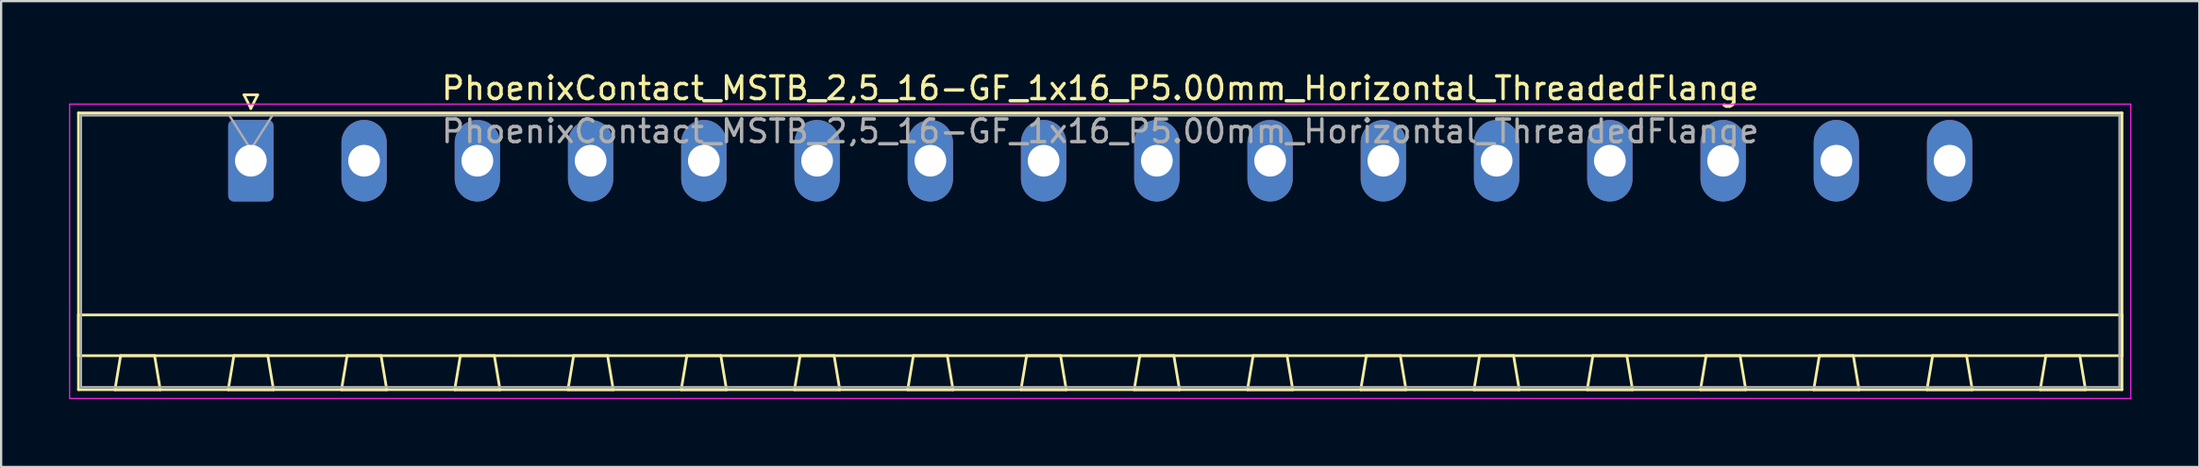
<source format=kicad_pcb>
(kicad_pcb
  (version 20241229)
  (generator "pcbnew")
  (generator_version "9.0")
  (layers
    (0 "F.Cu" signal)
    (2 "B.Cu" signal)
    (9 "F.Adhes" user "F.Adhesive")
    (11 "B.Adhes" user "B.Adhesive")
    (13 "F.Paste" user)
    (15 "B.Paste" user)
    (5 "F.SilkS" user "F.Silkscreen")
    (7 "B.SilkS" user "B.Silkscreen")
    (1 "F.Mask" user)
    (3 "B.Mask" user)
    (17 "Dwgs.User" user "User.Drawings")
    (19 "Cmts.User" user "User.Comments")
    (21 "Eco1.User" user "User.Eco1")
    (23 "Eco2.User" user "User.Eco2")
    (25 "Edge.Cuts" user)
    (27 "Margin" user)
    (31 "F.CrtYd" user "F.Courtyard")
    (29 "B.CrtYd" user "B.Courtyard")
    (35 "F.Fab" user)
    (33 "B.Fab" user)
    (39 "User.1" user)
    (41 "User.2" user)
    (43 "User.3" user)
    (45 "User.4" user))
  (footprint "PhoenixContact_MSTB_2,5_16-GF_1x16_P5.00mm_Horizontal_ThreadedFlange"
    (layer "F.Cu")
    (at 8.025 4.048)
    (property "Reference" "PhoenixContact_MSTB_2,5_16-GF_1x16_P5.00mm_Horizontal_ThreadedFlange" (at 37.5 -3.2 0) (layer "F.SilkS") (effects (font (size 1 1) (thickness 0.15))))
    (attr through_hole)
    (fp_line (start -7.61 -2.11) (end -7.61 10.11) (stroke (width 0.12) (type solid)) (layer "F.SilkS"))
    (fp_line (start -7.61 6.81) (end 82.61 6.81) (stroke (width 0.12) (type solid)) (layer "F.SilkS"))
    (fp_line (start -7.61 8.61) (end -7.61 6.81) (stroke (width 0.12) (type solid)) (layer "F.SilkS"))
    (fp_line (start -7.61 10.11) (end 82.61 10.11) (stroke (width 0.12) (type solid)) (layer "F.SilkS"))
    (fp_line (start -6 10.11) (end -4 10.11) (stroke (width 0.12) (type solid)) (layer "F.SilkS"))
    (fp_line (start -5.75 8.61) (end -6 10.11) (stroke (width 0.12) (type solid)) (layer "F.SilkS"))
    (fp_line (start -4.25 8.61) (end -5.75 8.61) (stroke (width 0.12) (type solid)) (layer "F.SilkS"))
    (fp_line (start -4 10.11) (end -4.25 8.61) (stroke (width 0.12) (type solid)) (layer "F.SilkS"))
    (fp_line (start -1 10.11) (end 1 10.11) (stroke (width 0.12) (type solid)) (layer "F.SilkS"))
    (fp_line (start -0.75 8.61) (end -1 10.11) (stroke (width 0.12) (type solid)) (layer "F.SilkS"))
    (fp_line (start -0.3 -2.91) (end 0.3 -2.91) (stroke (width 0.12) (type solid)) (layer "F.SilkS"))
    (fp_line (start 0 -2.31) (end -0.3 -2.91) (stroke (width 0.12) (type solid)) (layer "F.SilkS"))
    (fp_line (start 0.3 -2.91) (end 0 -2.31) (stroke (width 0.12) (type solid)) (layer "F.SilkS"))
    (fp_line (start 0.75 8.61) (end -0.75 8.61) (stroke (width 0.12) (type solid)) (layer "F.SilkS"))
    (fp_line (start 1 10.11) (end 0.75 8.61) (stroke (width 0.12) (type solid)) (layer "F.SilkS"))
    (fp_line (start 4 10.11) (end 6 10.11) (stroke (width 0.12) (type solid)) (layer "F.SilkS"))
    (fp_line (start 4.25 8.61) (end 4 10.11) (stroke (width 0.12) (type solid)) (layer "F.SilkS"))
    (fp_line (start 5.75 8.61) (end 4.25 8.61) (stroke (width 0.12) (type solid)) (layer "F.SilkS"))
    (fp_line (start 6 10.11) (end 5.75 8.61) (stroke (width 0.12) (type solid)) (layer "F.SilkS"))
    (fp_line (start 9 10.11) (end 11 10.11) (stroke (width 0.12) (type solid)) (layer "F.SilkS"))
    (fp_line (start 9.25 8.61) (end 9 10.11) (stroke (width 0.12) (type solid)) (layer "F.SilkS"))
    (fp_line (start 10.75 8.61) (end 9.25 8.61) (stroke (width 0.12) (type solid)) (layer "F.SilkS"))
    (fp_line (start 11 10.11) (end 10.75 8.61) (stroke (width 0.12) (type solid)) (layer "F.SilkS"))
    (fp_line (start 14 10.11) (end 16 10.11) (stroke (width 0.12) (type solid)) (layer "F.SilkS"))
    (fp_line (start 14.25 8.61) (end 14 10.11) (stroke (width 0.12) (type solid)) (layer "F.SilkS"))
    (fp_line (start 15.75 8.61) (end 14.25 8.61) (stroke (width 0.12) (type solid)) (layer "F.SilkS"))
    (fp_line (start 16 10.11) (end 15.75 8.61) (stroke (width 0.12) (type solid)) (layer "F.SilkS"))
    (fp_line (start 19 10.11) (end 21 10.11) (stroke (width 0.12) (type solid)) (layer "F.SilkS"))
    (fp_line (start 19.25 8.61) (end 19 10.11) (stroke (width 0.12) (type solid)) (layer "F.SilkS"))
    (fp_line (start 20.75 8.61) (end 19.25 8.61) (stroke (width 0.12) (type solid)) (layer "F.SilkS"))
    (fp_line (start 21 10.11) (end 20.75 8.61) (stroke (width 0.12) (type solid)) (layer "F.SilkS"))
    (fp_line (start 24 10.11) (end 26 10.11) (stroke (width 0.12) (type solid)) (layer "F.SilkS"))
    (fp_line (start 24.25 8.61) (end 24 10.11) (stroke (width 0.12) (type solid)) (layer "F.SilkS"))
    (fp_line (start 25.75 8.61) (end 24.25 8.61) (stroke (width 0.12) (type solid)) (layer "F.SilkS"))
    (fp_line (start 26 10.11) (end 25.75 8.61) (stroke (width 0.12) (type solid)) (layer "F.SilkS"))
    (fp_line (start 29 10.11) (end 31 10.11) (stroke (width 0.12) (type solid)) (layer "F.SilkS"))
    (fp_line (start 29.25 8.61) (end 29 10.11) (stroke (width 0.12) (type solid)) (layer "F.SilkS"))
    (fp_line (start 30.75 8.61) (end 29.25 8.61) (stroke (width 0.12) (type solid)) (layer "F.SilkS"))
    (fp_line (start 31 10.11) (end 30.75 8.61) (stroke (width 0.12) (type solid)) (layer "F.SilkS"))
    (fp_line (start 34 10.11) (end 36 10.11) (stroke (width 0.12) (type solid)) (layer "F.SilkS"))
    (fp_line (start 34.25 8.61) (end 34 10.11) (stroke (width 0.12) (type solid)) (layer "F.SilkS"))
    (fp_line (start 35.75 8.61) (end 34.25 8.61) (stroke (width 0.12) (type solid)) (layer "F.SilkS"))
    (fp_line (start 36 10.11) (end 35.75 8.61) (stroke (width 0.12) (type solid)) (layer "F.SilkS"))
    (fp_line (start 39 10.11) (end 41 10.11) (stroke (width 0.12) (type solid)) (layer "F.SilkS"))
    (fp_line (start 39.25 8.61) (end 39 10.11) (stroke (width 0.12) (type solid)) (layer "F.SilkS"))
    (fp_line (start 40.75 8.61) (end 39.25 8.61) (stroke (width 0.12) (type solid)) (layer "F.SilkS"))
    (fp_line (start 41 10.11) (end 40.75 8.61) (stroke (width 0.12) (type solid)) (layer "F.SilkS"))
    (fp_line (start 44 10.11) (end 46 10.11) (stroke (width 0.12) (type solid)) (layer "F.SilkS"))
    (fp_line (start 44.25 8.61) (end 44 10.11) (stroke (width 0.12) (type solid)) (layer "F.SilkS"))
    (fp_line (start 45.75 8.61) (end 44.25 8.61) (stroke (width 0.12) (type solid)) (layer "F.SilkS"))
    (fp_line (start 46 10.11) (end 45.75 8.61) (stroke (width 0.12) (type solid)) (layer "F.SilkS"))
    (fp_line (start 49 10.11) (end 51 10.11) (stroke (width 0.12) (type solid)) (layer "F.SilkS"))
    (fp_line (start 49.25 8.61) (end 49 10.11) (stroke (width 0.12) (type solid)) (layer "F.SilkS"))
    (fp_line (start 50.75 8.61) (end 49.25 8.61) (stroke (width 0.12) (type solid)) (layer "F.SilkS"))
    (fp_line (start 51 10.11) (end 50.75 8.61) (stroke (width 0.12) (type solid)) (layer "F.SilkS"))
    (fp_line (start 54 10.11) (end 56 10.11) (stroke (width 0.12) (type solid)) (layer "F.SilkS"))
    (fp_line (start 54.25 8.61) (end 54 10.11) (stroke (width 0.12) (type solid)) (layer "F.SilkS"))
    (fp_line (start 55.75 8.61) (end 54.25 8.61) (stroke (width 0.12) (type solid)) (layer "F.SilkS"))
    (fp_line (start 56 10.11) (end 55.75 8.61) (stroke (width 0.12) (type solid)) (layer "F.SilkS"))
    (fp_line (start 59 10.11) (end 61 10.11) (stroke (width 0.12) (type solid)) (layer "F.SilkS"))
    (fp_line (start 59.25 8.61) (end 59 10.11) (stroke (width 0.12) (type solid)) (layer "F.SilkS"))
    (fp_line (start 60.75 8.61) (end 59.25 8.61) (stroke (width 0.12) (type solid)) (layer "F.SilkS"))
    (fp_line (start 61 10.11) (end 60.75 8.61) (stroke (width 0.12) (type solid)) (layer "F.SilkS"))
    (fp_line (start 64 10.11) (end 66 10.11) (stroke (width 0.12) (type solid)) (layer "F.SilkS"))
    (fp_line (start 64.25 8.61) (end 64 10.11) (stroke (width 0.12) (type solid)) (layer "F.SilkS"))
    (fp_line (start 65.75 8.61) (end 64.25 8.61) (stroke (width 0.12) (type solid)) (layer "F.SilkS"))
    (fp_line (start 66 10.11) (end 65.75 8.61) (stroke (width 0.12) (type solid)) (layer "F.SilkS"))
    (fp_line (start 69 10.11) (end 71 10.11) (stroke (width 0.12) (type solid)) (layer "F.SilkS"))
    (fp_line (start 69.25 8.61) (end 69 10.11) (stroke (width 0.12) (type solid)) (layer "F.SilkS"))
    (fp_line (start 70.75 8.61) (end 69.25 8.61) (stroke (width 0.12) (type solid)) (layer "F.SilkS"))
    (fp_line (start 71 10.11) (end 70.75 8.61) (stroke (width 0.12) (type solid)) (layer "F.SilkS"))
    (fp_line (start 74 10.11) (end 76 10.11) (stroke (width 0.12) (type solid)) (layer "F.SilkS"))
    (fp_line (start 74.25 8.61) (end 74 10.11) (stroke (width 0.12) (type solid)) (layer "F.SilkS"))
    (fp_line (start 75.75 8.61) (end 74.25 8.61) (stroke (width 0.12) (type solid)) (layer "F.SilkS"))
    (fp_line (start 76 10.11) (end 75.75 8.61) (stroke (width 0.12) (type solid)) (layer "F.SilkS"))
    (fp_line (start 79 10.11) (end 81 10.11) (stroke (width 0.12) (type solid)) (layer "F.SilkS"))
    (fp_line (start 79.25 8.61) (end 79 10.11) (stroke (width 0.12) (type solid)) (layer "F.SilkS"))
    (fp_line (start 80.75 8.61) (end 79.25 8.61) (stroke (width 0.12) (type solid)) (layer "F.SilkS"))
    (fp_line (start 81 10.11) (end 80.75 8.61) (stroke (width 0.12) (type solid)) (layer "F.SilkS"))
    (fp_line (start 82.61 -2.11) (end -7.61 -2.11) (stroke (width 0.12) (type solid)) (layer "F.SilkS"))
    (fp_line (start 82.61 6.81) (end 82.61 8.61) (stroke (width 0.12) (type solid)) (layer "F.SilkS"))
    (fp_line (start 82.61 8.61) (end -7.61 8.61) (stroke (width 0.12) (type solid)) (layer "F.SilkS"))
    (fp_line (start 82.61 10.11) (end 82.61 -2.11) (stroke (width 0.12) (type solid)) (layer "F.SilkS"))
    (fp_line (start -8 -2.5) (end -8 10.5) (stroke (width 0.05) (type solid)) (layer "F.CrtYd"))
    (fp_line (start -8 10.5) (end 83 10.5) (stroke (width 0.05) (type solid)) (layer "F.CrtYd"))
    (fp_line (start 83 -2.5) (end -8 -2.5) (stroke (width 0.05) (type solid)) (layer "F.CrtYd"))
    (fp_line (start 83 10.5) (end 83 -2.5) (stroke (width 0.05) (type solid)) (layer "F.CrtYd"))
    (fp_line (start -7.5 -2) (end -7.5 10) (stroke (width 0.1) (type solid)) (layer "F.Fab"))
    (fp_line (start -7.5 10) (end 82.5 10) (stroke (width 0.1) (type solid)) (layer "F.Fab"))
    (fp_line (start 0 -0.5) (end -0.95 -2) (stroke (width 0.1) (type solid)) (layer "F.Fab"))
    (fp_line (start 0.95 -2) (end 0 -0.5) (stroke (width 0.1) (type solid)) (layer "F.Fab"))
    (fp_line (start 82.5 -2) (end -7.5 -2) (stroke (width 0.1) (type solid)) (layer "F.Fab"))
    (fp_line (start 82.5 10) (end 82.5 -2) (stroke (width 0.1) (type solid)) (layer "F.Fab"))
    (fp_text user "${REFERENCE}" (at 37.5 -1.3 0) (layer "F.Fab") (effects (font (size 1 1) (thickness 0.15))))
    (pad "1" thru_hole roundrect (at 0 0) (size 2 3.6) (drill 1.4) (layers "*.Cu" "*.Mask") (roundrect_rratio 0.125))
    (pad "2" thru_hole oval (at 5 0) (size 2 3.6) (drill 1.4) (layers "*.Cu" "*.Mask"))
    (pad "3" thru_hole oval (at 10 0) (size 2 3.6) (drill 1.4) (layers "*.Cu" "*.Mask"))
    (pad "4" thru_hole oval (at 15 0) (size 2 3.6) (drill 1.4) (layers "*.Cu" "*.Mask"))
    (pad "5" thru_hole oval (at 20 0) (size 2 3.6) (drill 1.4) (layers "*.Cu" "*.Mask"))
    (pad "6" thru_hole oval (at 25 0) (size 2 3.6) (drill 1.4) (layers "*.Cu" "*.Mask"))
    (pad "7" thru_hole oval (at 30 0) (size 2 3.6) (drill 1.4) (layers "*.Cu" "*.Mask"))
    (pad "8" thru_hole oval (at 35 0) (size 2 3.6) (drill 1.4) (layers "*.Cu" "*.Mask"))
    (pad "9" thru_hole oval (at 40 0) (size 2 3.6) (drill 1.4) (layers "*.Cu" "*.Mask"))
    (pad "10" thru_hole oval (at 45 0) (size 2 3.6) (drill 1.4) (layers "*.Cu" "*.Mask"))
    (pad "11" thru_hole oval (at 50 0) (size 2 3.6) (drill 1.4) (layers "*.Cu" "*.Mask"))
    (pad "12" thru_hole oval (at 55 0) (size 2 3.6) (drill 1.4) (layers "*.Cu" "*.Mask"))
    (pad "13" thru_hole oval (at 60 0) (size 2 3.6) (drill 1.4) (layers "*.Cu" "*.Mask"))
    (pad "14" thru_hole oval (at 65 0) (size 2 3.6) (drill 1.4) (layers "*.Cu" "*.Mask"))
    (pad "15" thru_hole oval (at 70 0) (size 2 3.6) (drill 1.4) (layers "*.Cu" "*.Mask"))
    (pad "16" thru_hole oval (at 75 0) (size 2 3.6) (drill 1.4) (layers "*.Cu" "*.Mask")))
  (gr_rect
    (start -3 -3)
    (end 94.05 17.573)
    (stroke (width 0.1) (type default))
    (fill no)
    (layer "Edge.Cuts")))
</source>
